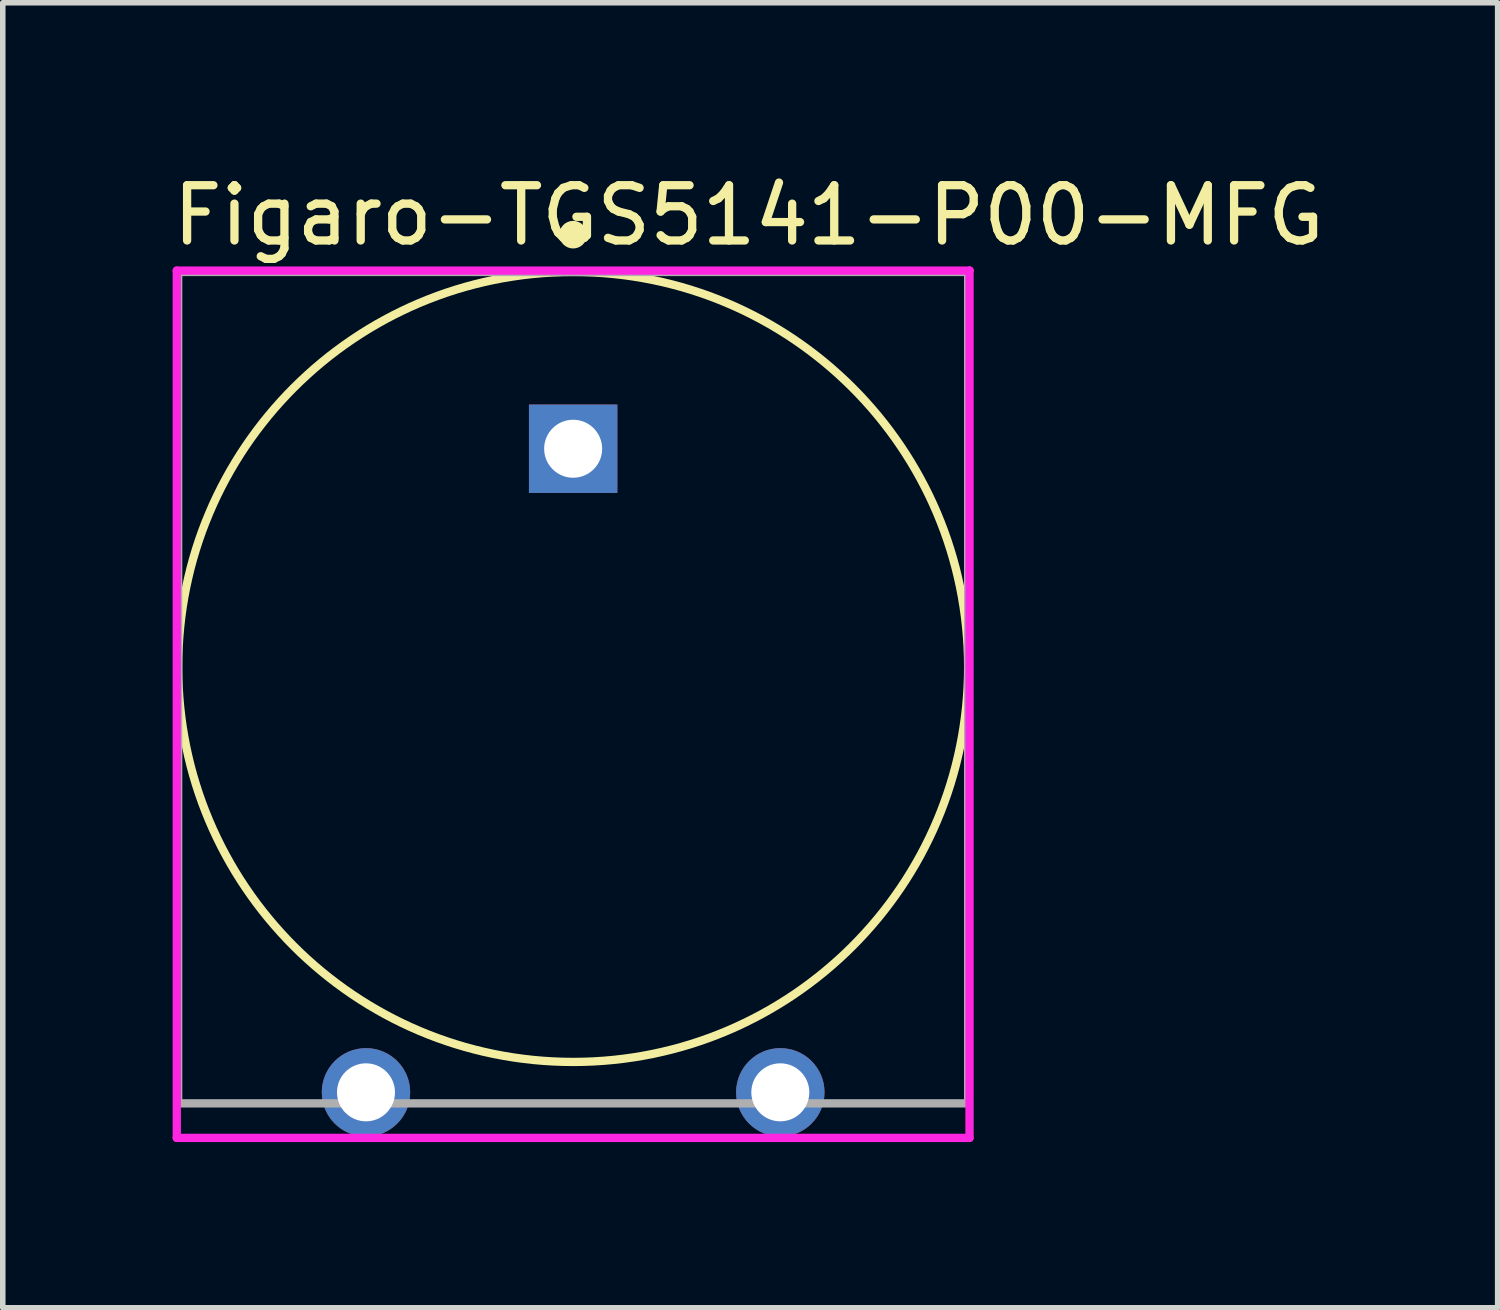
<source format=kicad_pcb>
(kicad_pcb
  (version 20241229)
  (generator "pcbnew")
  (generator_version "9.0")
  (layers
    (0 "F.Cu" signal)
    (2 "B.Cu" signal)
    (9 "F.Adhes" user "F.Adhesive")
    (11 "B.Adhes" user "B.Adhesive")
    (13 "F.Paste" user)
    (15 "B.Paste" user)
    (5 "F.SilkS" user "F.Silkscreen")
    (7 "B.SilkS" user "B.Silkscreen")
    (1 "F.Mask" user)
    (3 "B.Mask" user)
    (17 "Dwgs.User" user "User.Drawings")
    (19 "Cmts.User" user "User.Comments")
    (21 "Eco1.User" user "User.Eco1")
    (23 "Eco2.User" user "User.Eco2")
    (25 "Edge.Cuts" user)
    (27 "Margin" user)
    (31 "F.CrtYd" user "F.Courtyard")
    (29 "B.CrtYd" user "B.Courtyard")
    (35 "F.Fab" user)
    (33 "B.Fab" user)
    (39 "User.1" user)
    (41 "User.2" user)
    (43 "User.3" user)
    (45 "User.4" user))
  (footprint "Figaro-TGS5141-P00-MFG"
    (layer "F.Cu")
    (at 7.325 9.398)
    (property "Reference" "Figaro-TGS5141-P00-MFG" (at -7.325 -8.55 0) (layer "F.SilkS") (effects (font (size 1 1) (thickness 0.15)) (justify left)))
    (attr through_hole)
    (fp_circle (center 0 -8.2) (end 0.125 -8.2) (stroke (width 0.25) (type solid)) (fill no) (layer "F.SilkS"))
    (fp_circle (center 0 -0.375) (end 7.15 -0.375) (stroke (width 0.15) (type solid)) (fill no) (layer "F.SilkS"))
    (fp_line (start -7.175 -7.55) (end -7.175 8.15) (stroke (width 0.15) (type solid)) (layer "F.CrtYd"))
    (fp_line (start -7.175 8.15) (end 7.175 8.15) (stroke (width 0.15) (type solid)) (layer "F.CrtYd"))
    (fp_line (start 7.175 -7.55) (end -7.175 -7.55) (stroke (width 0.15) (type solid)) (layer "F.CrtYd"))
    (fp_line (start 7.175 -7.55) (end 7.175 -7.55) (stroke (width 0.15) (type solid)) (layer "F.CrtYd"))
    (fp_line (start 7.175 8.15) (end 7.175 -7.55) (stroke (width 0.15) (type solid)) (layer "F.CrtYd"))
    (fp_line (start -7.15 -7.525) (end 7.15 -7.525) (stroke (width 0.15) (type solid)) (layer "F.Fab"))
    (fp_line (start -7.15 7.525) (end -7.15 -7.525) (stroke (width 0.15) (type solid)) (layer "F.Fab"))
    (fp_line (start 7.15 -7.525) (end 7.15 7.525) (stroke (width 0.15) (type solid)) (layer "F.Fab"))
    (fp_line (start 7.15 7.525) (end -7.15 7.525) (stroke (width 0.15) (type solid)) (layer "F.Fab"))
    (pad "1" thru_hole rect (at 0 -4.325) (size 1.6 1.6) (drill 1.05) (layers "*.Cu"))
    (pad "2" thru_hole circle (at -3.75 7.325) (size 1.6 1.6) (drill 1.05) (layers "*.Cu"))
    (pad "2" thru_hole circle (at 3.75 7.325) (size 1.6 1.6) (drill 1.05) (layers "*.Cu")))
  (gr_rect
    (start -3 -3)
    (end 24.06 20.623)
    (stroke (width 0.1) (type default))
    (fill no)
    (layer "Edge.Cuts")))
</source>
